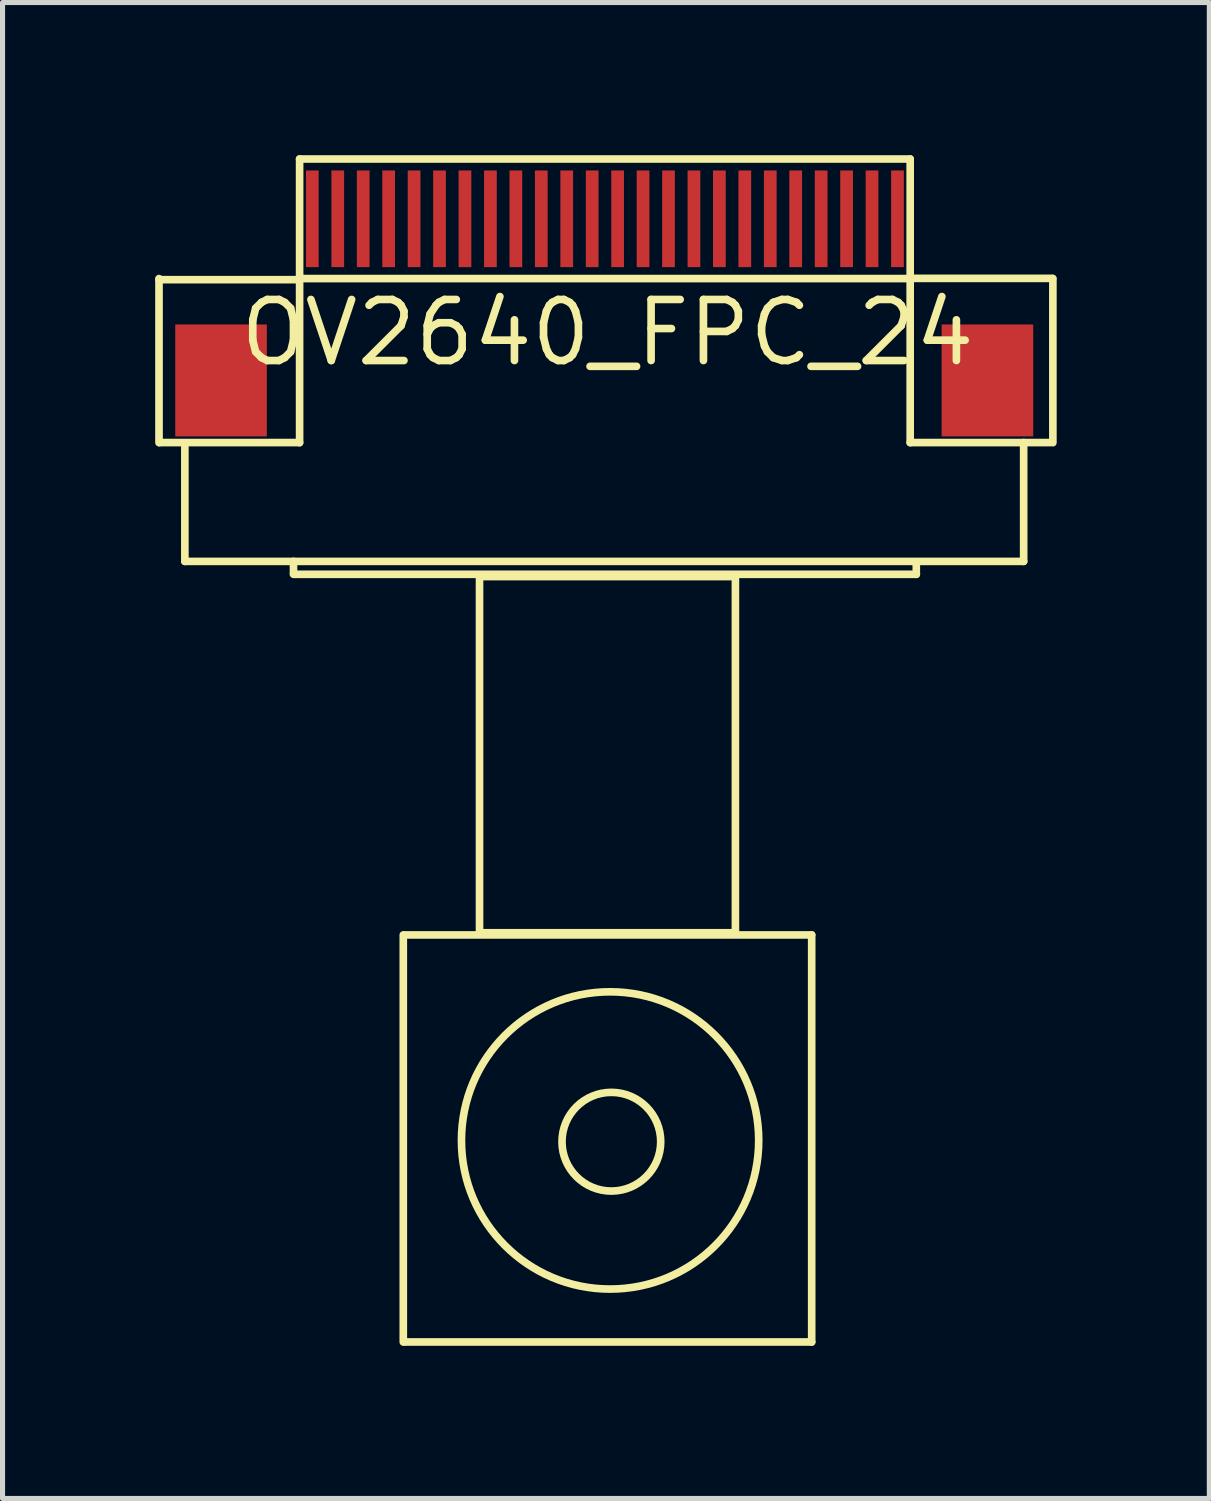
<source format=kicad_pcb>
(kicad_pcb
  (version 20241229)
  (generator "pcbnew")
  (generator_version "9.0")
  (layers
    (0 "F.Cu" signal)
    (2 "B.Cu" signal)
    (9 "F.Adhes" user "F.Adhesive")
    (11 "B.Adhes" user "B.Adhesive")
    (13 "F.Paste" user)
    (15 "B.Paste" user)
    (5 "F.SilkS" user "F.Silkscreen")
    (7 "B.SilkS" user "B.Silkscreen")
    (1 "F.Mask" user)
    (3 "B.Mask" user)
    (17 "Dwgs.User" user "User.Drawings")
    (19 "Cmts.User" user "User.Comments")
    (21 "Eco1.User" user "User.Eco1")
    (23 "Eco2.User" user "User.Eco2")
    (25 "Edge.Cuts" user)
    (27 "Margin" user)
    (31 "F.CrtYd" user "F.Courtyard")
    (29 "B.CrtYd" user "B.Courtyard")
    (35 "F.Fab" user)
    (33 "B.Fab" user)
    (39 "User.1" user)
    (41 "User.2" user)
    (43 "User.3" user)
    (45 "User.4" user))
  (footprint "OV2640_FPC_24"
    (layer "F.Cu")
    (at 8.838 1.1)
    (property "Reference" "OV2640_FPC_24" (at 0.051 2.388 0) (layer "F.SilkS") (effects (font (size 1.2 1.2) (thickness 0.15))))
    (attr through_hole)
    (fp_line (start -8.763 4.55) (end -8.763 1.325) (stroke (width 0.15) (type solid)) (layer "F.SilkS"))
    (fp_line (start -8.255 4.623) (end -8.255 6.883) (stroke (width 0.15) (type solid)) (layer "F.SilkS"))
    (fp_line (start -6.12 7.112) (end -6.12 6.883) (stroke (width 0.15) (type solid)) (layer "F.SilkS"))
    (fp_line (start -6.12 7.137) (end 6.12 7.137) (stroke (width 0.15) (type solid)) (layer "F.SilkS"))
    (fp_line (start -6 -1.025) (end 6 -1.025) (stroke (width 0.15) (type solid)) (layer "F.SilkS"))
    (fp_line (start -6 1.325) (end -6 4.55) (stroke (width 0.15) (type solid)) (layer "F.SilkS"))
    (fp_line (start -6 1.325) (end 6 1.325) (stroke (width 0.15) (type solid)) (layer "F.SilkS"))
    (fp_line (start -6 1.34) (end -6 -1.025) (stroke (width 0.15) (type solid)) (layer "F.SilkS"))
    (fp_line (start -6 4.548) (end -8.75 4.548) (stroke (width 0.15) (type solid)) (layer "F.SilkS"))
    (fp_line (start -5.994 1.346) (end -8.763 1.346) (stroke (width 0.15) (type solid)) (layer "F.SilkS"))
    (fp_line (start -3.962 14.224) (end -3.962 22.225) (stroke (width 0.15) (type solid)) (layer "F.SilkS"))
    (fp_line (start -3.937 14.224) (end 4.064 14.224) (stroke (width 0.15) (type solid)) (layer "F.SilkS"))
    (fp_line (start -3.937 22.224) (end 4.064 22.224) (stroke (width 0.15) (type solid)) (layer "F.SilkS"))
    (fp_line (start -2.464 7.188) (end -2.464 14.173) (stroke (width 0.15) (type solid)) (layer "F.SilkS"))
    (fp_line (start -2.435 14.181) (end 2.565 14.181) (stroke (width 0.15) (type solid)) (layer "F.SilkS"))
    (fp_line (start 2.565 7.181) (end -2.435 7.181) (stroke (width 0.15) (type solid)) (layer "F.SilkS"))
    (fp_line (start 2.565 7.188) (end 2.565 14.173) (stroke (width 0.15) (type solid)) (layer "F.SilkS"))
    (fp_line (start 4.064 14.224) (end 4.064 22.225) (stroke (width 0.15) (type solid)) (layer "F.SilkS"))
    (fp_line (start 6 1.325) (end 6 4.55) (stroke (width 0.15) (type solid)) (layer "F.SilkS"))
    (fp_line (start 6 1.346) (end 6 -1.025) (stroke (width 0.15) (type solid)) (layer "F.SilkS"))
    (fp_line (start 6 4.548) (end 8.75 4.548) (stroke (width 0.15) (type solid)) (layer "F.SilkS"))
    (fp_line (start 6.12 6.909) (end 6.12 7.137) (stroke (width 0.15) (type solid)) (layer "F.SilkS"))
    (fp_line (start 8.23 6.883) (end -8.255 6.883) (stroke (width 0.15) (type solid)) (layer "F.SilkS"))
    (fp_line (start 8.23 6.883) (end 8.23 4.547) (stroke (width 0.15) (type solid)) (layer "F.SilkS"))
    (fp_line (start 8.8 1.321) (end 5.994 1.321) (stroke (width 0.15) (type solid)) (layer "F.SilkS"))
    (fp_line (start 8.804 1.325) (end 8.804 4.55) (stroke (width 0.15) (type solid)) (layer "F.SilkS"))
    (fp_circle (center 0.102 18.263) (end 0.076 21.184) (stroke (width 0.15) (type solid)) (fill no) (layer "F.SilkS"))
    (fp_circle (center 0.127 18.288) (end 0.838 18.948) (stroke (width 0.15) (type solid)) (fill no) (layer "F.SilkS"))
    (pad "0" smd rect (at -7.544 3.327) (size 1.8 2.2) (layers "F.Cu" "F.Mask" "F.Paste"))
    (pad "0" smd rect (at 7.518 3.327) (size 1.8 2.2) (layers "F.Cu" "F.Mask" "F.Paste"))
    (pad "1" smd rect (at 5.75 0.15) (size 0.25 1.9) (layers "F.Cu" "F.Mask" "F.Paste"))
    (pad "2" smd rect (at 5.25 0.15) (size 0.25 1.9) (layers "F.Cu" "F.Mask" "F.Paste"))
    (pad "3" smd rect (at 4.75 0.15) (size 0.25 1.9) (layers "F.Cu" "F.Mask" "F.Paste"))
    (pad "4" smd rect (at 4.25 0.15) (size 0.25 1.9) (layers "F.Cu" "F.Mask" "F.Paste"))
    (pad "5" smd rect (at 3.75 0.15) (size 0.25 1.9) (layers "F.Cu" "F.Mask" "F.Paste"))
    (pad "6" smd rect (at 3.25 0.15) (size 0.25 1.9) (layers "F.Cu" "F.Mask" "F.Paste"))
    (pad "7" smd rect (at 2.75 0.15) (size 0.25 1.9) (layers "F.Cu" "F.Mask" "F.Paste"))
    (pad "8" smd rect (at 2.25 0.15) (size 0.25 1.9) (layers "F.Cu" "F.Mask" "F.Paste"))
    (pad "9" smd rect (at 1.75 0.15) (size 0.25 1.9) (layers "F.Cu" "F.Mask" "F.Paste"))
    (pad "10" smd rect (at 1.25 0.15) (size 0.25 1.9) (layers "F.Cu" "F.Mask" "F.Paste"))
    (pad "11" smd rect (at 0.75 0.15) (size 0.25 1.9) (layers "F.Cu" "F.Mask" "F.Paste"))
    (pad "12" smd rect (at 0.25 0.15) (size 0.25 1.9) (layers "F.Cu" "F.Mask" "F.Paste"))
    (pad "13" smd rect (at -0.25 0.15) (size 0.25 1.9) (layers "F.Cu" "F.Mask" "F.Paste"))
    (pad "14" smd rect (at -0.75 0.15) (size 0.25 1.9) (layers "F.Cu" "F.Mask" "F.Paste"))
    (pad "15" smd rect (at -1.25 0.15) (size 0.25 1.9) (layers "F.Cu" "F.Mask" "F.Paste"))
    (pad "16" smd rect (at -1.75 0.15) (size 0.25 1.9) (layers "F.Cu" "F.Mask" "F.Paste"))
    (pad "17" smd rect (at -2.25 0.15) (size 0.25 1.9) (layers "F.Cu" "F.Mask" "F.Paste"))
    (pad "18" smd rect (at -2.75 0.15) (size 0.25 1.9) (layers "F.Cu" "F.Mask" "F.Paste"))
    (pad "19" smd rect (at -3.25 0.15) (size 0.25 1.9) (layers "F.Cu" "F.Mask" "F.Paste"))
    (pad "20" smd rect (at -3.75 0.15) (size 0.25 1.9) (layers "F.Cu" "F.Mask" "F.Paste"))
    (pad "21" smd rect (at -4.25 0.15) (size 0.25 1.9) (layers "F.Cu" "F.Mask" "F.Paste"))
    (pad "22" smd rect (at -4.75 0.15) (size 0.25 1.9) (layers "F.Cu" "F.Mask" "F.Paste"))
    (pad "23" smd rect (at -5.25 0.15) (size 0.25 1.9) (layers "F.Cu" "F.Mask" "F.Paste"))
    (pad "24" smd rect (at -5.75 0.15) (size 0.25 1.9) (layers "F.Cu" "F.Mask" "F.Paste")))
  (gr_rect
    (start -3 -3)
    (end 20.717 26.4)
    (stroke (width 0.1) (type default))
    (fill no)
    (layer "Edge.Cuts")))
</source>
